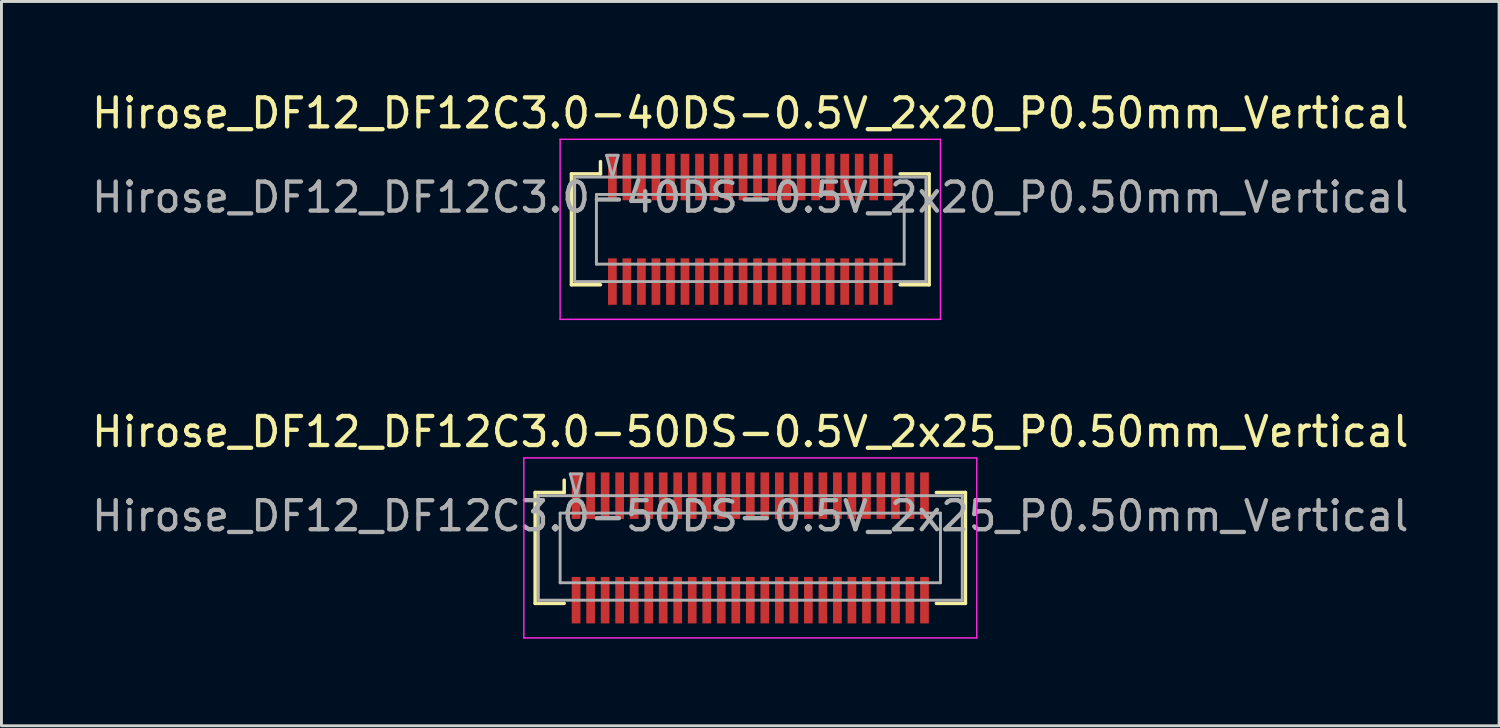
<source format=kicad_pcb>
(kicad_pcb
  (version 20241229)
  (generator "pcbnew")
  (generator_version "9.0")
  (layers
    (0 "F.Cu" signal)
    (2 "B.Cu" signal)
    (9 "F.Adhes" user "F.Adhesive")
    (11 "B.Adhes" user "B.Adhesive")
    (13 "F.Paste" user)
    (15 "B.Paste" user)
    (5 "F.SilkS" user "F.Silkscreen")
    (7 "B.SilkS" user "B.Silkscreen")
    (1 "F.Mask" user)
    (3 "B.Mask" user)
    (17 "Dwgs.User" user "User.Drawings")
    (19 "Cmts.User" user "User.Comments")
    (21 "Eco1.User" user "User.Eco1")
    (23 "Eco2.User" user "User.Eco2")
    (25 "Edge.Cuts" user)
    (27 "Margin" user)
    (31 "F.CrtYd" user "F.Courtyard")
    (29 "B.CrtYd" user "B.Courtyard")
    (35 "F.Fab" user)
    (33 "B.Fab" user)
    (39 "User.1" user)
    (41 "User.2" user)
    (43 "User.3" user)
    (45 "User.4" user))
  (footprint "Hirose_DF12_DF12C3.0-40DS-0.5V_2x20_P0.50mm_Vertical"
    (layer "F.Cu")
    (at 22.792 4.848)
    (property "Reference" "Hirose_DF12_DF12C3.0-40DS-0.5V_2x20_P0.50mm_Vertical" (at 0 -4 0) (layer "F.SilkS") (effects (font (size 1 1) (thickness 0.15))))
    (attr smd)
    (fp_line (start -6.16 -1.91) (end -5.16 -1.91) (stroke (width 0.12) (type solid)) (layer "F.SilkS"))
    (fp_line (start -6.16 1.91) (end -6.16 -1.91) (stroke (width 0.12) (type solid)) (layer "F.SilkS"))
    (fp_line (start -5.16 -1.91) (end -5.16 -2.333) (stroke (width 0.12) (type solid)) (layer "F.SilkS"))
    (fp_line (start -5.16 1.91) (end -6.16 1.91) (stroke (width 0.12) (type solid)) (layer "F.SilkS"))
    (fp_line (start 5.16 1.91) (end 6.16 1.91) (stroke (width 0.12) (type solid)) (layer "F.SilkS"))
    (fp_line (start 6.16 -1.91) (end 5.16 -1.91) (stroke (width 0.12) (type solid)) (layer "F.SilkS"))
    (fp_line (start 6.16 1.91) (end 6.16 -1.91) (stroke (width 0.12) (type solid)) (layer "F.SilkS"))
    (fp_line (start -6.55 -3.1) (end -6.55 3.1) (stroke (width 0.05) (type solid)) (layer "F.CrtYd"))
    (fp_line (start -6.55 3.1) (end 6.55 3.1) (stroke (width 0.05) (type solid)) (layer "F.CrtYd"))
    (fp_line (start 6.55 -3.1) (end -6.55 -3.1) (stroke (width 0.05) (type solid)) (layer "F.CrtYd"))
    (fp_line (start 6.55 3.1) (end 6.55 -3.1) (stroke (width 0.05) (type solid)) (layer "F.CrtYd"))
    (fp_line (start -6.05 -1.8) (end 6.05 -1.8) (stroke (width 0.1) (type solid)) (layer "F.Fab"))
    (fp_line (start -6.05 1.8) (end -6.05 -1.8) (stroke (width 0.1) (type solid)) (layer "F.Fab"))
    (fp_line (start -5.3 -1.2) (end 5.3 -1.2) (stroke (width 0.1) (type solid)) (layer "F.Fab"))
    (fp_line (start -5.3 1.2) (end -5.3 -1.2) (stroke (width 0.1) (type solid)) (layer "F.Fab"))
    (fp_line (start -4.95 -2.55) (end -4.75 -1.8) (stroke (width 0.1) (type solid)) (layer "F.Fab"))
    (fp_line (start -4.75 -1.8) (end -4.55 -2.55) (stroke (width 0.1) (type solid)) (layer "F.Fab"))
    (fp_line (start -4.55 -2.55) (end -4.95 -2.55) (stroke (width 0.1) (type solid)) (layer "F.Fab"))
    (fp_line (start 5.3 -1.2) (end 5.3 1.2) (stroke (width 0.1) (type solid)) (layer "F.Fab"))
    (fp_line (start 5.3 1.2) (end -5.3 1.2) (stroke (width 0.1) (type solid)) (layer "F.Fab"))
    (fp_line (start 6.05 -1.8) (end 6.05 1.8) (stroke (width 0.1) (type solid)) (layer "F.Fab"))
    (fp_line (start 6.05 1.8) (end -6.05 1.8) (stroke (width 0.1) (type solid)) (layer "F.Fab"))
    (fp_text user "${REFERENCE}" (at 0 -1.1 0) (layer "F.Fab") (effects (font (size 1 1) (thickness 0.15))))
    (pad "" smd rect (at -4.75 -2) (size 0.28 1.2) (layers "F.Paste"))
    (pad "" smd rect (at -4.75 2) (size 0.28 1.2) (layers "F.Paste"))
    (pad "" smd rect (at -4.25 -2) (size 0.28 1.2) (layers "F.Paste"))
    (pad "" smd rect (at -4.25 2) (size 0.28 1.2) (layers "F.Paste"))
    (pad "" smd rect (at -3.75 -2) (size 0.28 1.2) (layers "F.Paste"))
    (pad "" smd rect (at -3.75 2) (size 0.28 1.2) (layers "F.Paste"))
    (pad "" smd rect (at -3.25 -2) (size 0.28 1.2) (layers "F.Paste"))
    (pad "" smd rect (at -3.25 2) (size 0.28 1.2) (layers "F.Paste"))
    (pad "" smd rect (at -2.75 -2) (size 0.28 1.2) (layers "F.Paste"))
    (pad "" smd rect (at -2.75 2) (size 0.28 1.2) (layers "F.Paste"))
    (pad "" smd rect (at -2.25 -2) (size 0.28 1.2) (layers "F.Paste"))
    (pad "" smd rect (at -2.25 2) (size 0.28 1.2) (layers "F.Paste"))
    (pad "" smd rect (at -1.75 -2) (size 0.28 1.2) (layers "F.Paste"))
    (pad "" smd rect (at -1.75 2) (size 0.28 1.2) (layers "F.Paste"))
    (pad "" smd rect (at -1.25 -2) (size 0.28 1.2) (layers "F.Paste"))
    (pad "" smd rect (at -1.25 2) (size 0.28 1.2) (layers "F.Paste"))
    (pad "" smd rect (at -0.75 -2) (size 0.28 1.2) (layers "F.Paste"))
    (pad "" smd rect (at -0.75 2) (size 0.28 1.2) (layers "F.Paste"))
    (pad "" smd rect (at -0.25 -2) (size 0.28 1.2) (layers "F.Paste"))
    (pad "" smd rect (at -0.25 2) (size 0.28 1.2) (layers "F.Paste"))
    (pad "" smd rect (at 0.25 -2) (size 0.28 1.2) (layers "F.Paste"))
    (pad "" smd rect (at 0.25 2) (size 0.28 1.2) (layers "F.Paste"))
    (pad "" smd rect (at 0.75 -2) (size 0.28 1.2) (layers "F.Paste"))
    (pad "" smd rect (at 0.75 2) (size 0.28 1.2) (layers "F.Paste"))
    (pad "" smd rect (at 1.25 -2) (size 0.28 1.2) (layers "F.Paste"))
    (pad "" smd rect (at 1.25 2) (size 0.28 1.2) (layers "F.Paste"))
    (pad "" smd rect (at 1.75 -2) (size 0.28 1.2) (layers "F.Paste"))
    (pad "" smd rect (at 1.75 2) (size 0.28 1.2) (layers "F.Paste"))
    (pad "" smd rect (at 2.25 -2) (size 0.28 1.2) (layers "F.Paste"))
    (pad "" smd rect (at 2.25 2) (size 0.28 1.2) (layers "F.Paste"))
    (pad "" smd rect (at 2.75 -2) (size 0.28 1.2) (layers "F.Paste"))
    (pad "" smd rect (at 2.75 2) (size 0.28 1.2) (layers "F.Paste"))
    (pad "" smd rect (at 3.25 -2) (size 0.28 1.2) (layers "F.Paste"))
    (pad "" smd rect (at 3.25 2) (size 0.28 1.2) (layers "F.Paste"))
    (pad "" smd rect (at 3.75 -2) (size 0.28 1.2) (layers "F.Paste"))
    (pad "" smd rect (at 3.75 2) (size 0.28 1.2) (layers "F.Paste"))
    (pad "" smd rect (at 4.25 -2) (size 0.28 1.2) (layers "F.Paste"))
    (pad "" smd rect (at 4.25 2) (size 0.28 1.2) (layers "F.Paste"))
    (pad "" smd rect (at 4.75 -2) (size 0.28 1.2) (layers "F.Paste"))
    (pad "" smd rect (at 4.75 2) (size 0.28 1.2) (layers "F.Paste"))
    (pad "1" smd rect (at -4.75 -1.8) (size 0.3 1.6) (layers "F.Cu" "F.Mask"))
    (pad "2" smd rect (at -4.25 -1.8) (size 0.3 1.6) (layers "F.Cu" "F.Mask"))
    (pad "3" smd rect (at -3.75 -1.8) (size 0.3 1.6) (layers "F.Cu" "F.Mask"))
    (pad "4" smd rect (at -3.25 -1.8) (size 0.3 1.6) (layers "F.Cu" "F.Mask"))
    (pad "5" smd rect (at -2.75 -1.8) (size 0.3 1.6) (layers "F.Cu" "F.Mask"))
    (pad "6" smd rect (at -2.25 -1.8) (size 0.3 1.6) (layers "F.Cu" "F.Mask"))
    (pad "7" smd rect (at -1.75 -1.8) (size 0.3 1.6) (layers "F.Cu" "F.Mask"))
    (pad "8" smd rect (at -1.25 -1.8) (size 0.3 1.6) (layers "F.Cu" "F.Mask"))
    (pad "9" smd rect (at -0.75 -1.8) (size 0.3 1.6) (layers "F.Cu" "F.Mask"))
    (pad "10" smd rect (at -0.25 -1.8) (size 0.3 1.6) (layers "F.Cu" "F.Mask"))
    (pad "11" smd rect (at 0.25 -1.8) (size 0.3 1.6) (layers "F.Cu" "F.Mask"))
    (pad "12" smd rect (at 0.75 -1.8) (size 0.3 1.6) (layers "F.Cu" "F.Mask"))
    (pad "13" smd rect (at 1.25 -1.8) (size 0.3 1.6) (layers "F.Cu" "F.Mask"))
    (pad "14" smd rect (at 1.75 -1.8) (size 0.3 1.6) (layers "F.Cu" "F.Mask"))
    (pad "15" smd rect (at 2.25 -1.8) (size 0.3 1.6) (layers "F.Cu" "F.Mask"))
    (pad "16" smd rect (at 2.75 -1.8) (size 0.3 1.6) (layers "F.Cu" "F.Mask"))
    (pad "17" smd rect (at 3.25 -1.8) (size 0.3 1.6) (layers "F.Cu" "F.Mask"))
    (pad "18" smd rect (at 3.75 -1.8) (size 0.3 1.6) (layers "F.Cu" "F.Mask"))
    (pad "19" smd rect (at 4.25 -1.8) (size 0.3 1.6) (layers "F.Cu" "F.Mask"))
    (pad "20" smd rect (at 4.75 -1.8) (size 0.3 1.6) (layers "F.Cu" "F.Mask"))
    (pad "21" smd rect (at -4.75 1.8) (size 0.3 1.6) (layers "F.Cu" "F.Mask"))
    (pad "22" smd rect (at -4.25 1.8) (size 0.3 1.6) (layers "F.Cu" "F.Mask"))
    (pad "23" smd rect (at -3.75 1.8) (size 0.3 1.6) (layers "F.Cu" "F.Mask"))
    (pad "24" smd rect (at -3.25 1.8) (size 0.3 1.6) (layers "F.Cu" "F.Mask"))
    (pad "25" smd rect (at -2.75 1.8) (size 0.3 1.6) (layers "F.Cu" "F.Mask"))
    (pad "26" smd rect (at -2.25 1.8) (size 0.3 1.6) (layers "F.Cu" "F.Mask"))
    (pad "27" smd rect (at -1.75 1.8) (size 0.3 1.6) (layers "F.Cu" "F.Mask"))
    (pad "28" smd rect (at -1.25 1.8) (size 0.3 1.6) (layers "F.Cu" "F.Mask"))
    (pad "29" smd rect (at -0.75 1.8) (size 0.3 1.6) (layers "F.Cu" "F.Mask"))
    (pad "30" smd rect (at -0.25 1.8) (size 0.3 1.6) (layers "F.Cu" "F.Mask"))
    (pad "31" smd rect (at 0.25 1.8) (size 0.3 1.6) (layers "F.Cu" "F.Mask"))
    (pad "32" smd rect (at 0.75 1.8) (size 0.3 1.6) (layers "F.Cu" "F.Mask"))
    (pad "33" smd rect (at 1.25 1.8) (size 0.3 1.6) (layers "F.Cu" "F.Mask"))
    (pad "34" smd rect (at 1.75 1.8) (size 0.3 1.6) (layers "F.Cu" "F.Mask"))
    (pad "35" smd rect (at 2.25 1.8) (size 0.3 1.6) (layers "F.Cu" "F.Mask"))
    (pad "36" smd rect (at 2.75 1.8) (size 0.3 1.6) (layers "F.Cu" "F.Mask"))
    (pad "37" smd rect (at 3.25 1.8) (size 0.3 1.6) (layers "F.Cu" "F.Mask"))
    (pad "38" smd rect (at 3.75 1.8) (size 0.3 1.6) (layers "F.Cu" "F.Mask"))
    (pad "39" smd rect (at 4.25 1.8) (size 0.3 1.6) (layers "F.Cu" "F.Mask"))
    (pad "40" smd rect (at 4.75 1.8) (size 0.3 1.6) (layers "F.Cu" "F.Mask")))
  (footprint "Hirose_DF12_DF12C3.0-50DS-0.5V_2x25_P0.50mm_Vertical"
    (layer "F.Cu")
    (at 22.792 15.822)
    (property "Reference" "Hirose_DF12_DF12C3.0-50DS-0.5V_2x25_P0.50mm_Vertical" (at 0 -4 0) (layer "F.SilkS") (effects (font (size 1 1) (thickness 0.15))))
    (attr smd)
    (fp_line (start -7.41 -1.91) (end -6.41 -1.91) (stroke (width 0.12) (type solid)) (layer "F.SilkS"))
    (fp_line (start -7.41 1.91) (end -7.41 -1.91) (stroke (width 0.12) (type solid)) (layer "F.SilkS"))
    (fp_line (start -6.41 -1.91) (end -6.41 -2.333) (stroke (width 0.12) (type solid)) (layer "F.SilkS"))
    (fp_line (start -6.41 1.91) (end -7.41 1.91) (stroke (width 0.12) (type solid)) (layer "F.SilkS"))
    (fp_line (start 6.41 1.91) (end 7.41 1.91) (stroke (width 0.12) (type solid)) (layer "F.SilkS"))
    (fp_line (start 7.41 -1.91) (end 6.41 -1.91) (stroke (width 0.12) (type solid)) (layer "F.SilkS"))
    (fp_line (start 7.41 1.91) (end 7.41 -1.91) (stroke (width 0.12) (type solid)) (layer "F.SilkS"))
    (fp_line (start -7.8 -3.1) (end -7.8 3.1) (stroke (width 0.05) (type solid)) (layer "F.CrtYd"))
    (fp_line (start -7.8 3.1) (end 7.8 3.1) (stroke (width 0.05) (type solid)) (layer "F.CrtYd"))
    (fp_line (start 7.8 -3.1) (end -7.8 -3.1) (stroke (width 0.05) (type solid)) (layer "F.CrtYd"))
    (fp_line (start 7.8 3.1) (end 7.8 -3.1) (stroke (width 0.05) (type solid)) (layer "F.CrtYd"))
    (fp_line (start -7.3 -1.8) (end 7.3 -1.8) (stroke (width 0.1) (type solid)) (layer "F.Fab"))
    (fp_line (start -7.3 1.8) (end -7.3 -1.8) (stroke (width 0.1) (type solid)) (layer "F.Fab"))
    (fp_line (start -6.55 -1.2) (end 6.55 -1.2) (stroke (width 0.1) (type solid)) (layer "F.Fab"))
    (fp_line (start -6.55 1.2) (end -6.55 -1.2) (stroke (width 0.1) (type solid)) (layer "F.Fab"))
    (fp_line (start -6.2 -2.55) (end -6 -1.8) (stroke (width 0.1) (type solid)) (layer "F.Fab"))
    (fp_line (start -6 -1.8) (end -5.8 -2.55) (stroke (width 0.1) (type solid)) (layer "F.Fab"))
    (fp_line (start -5.8 -2.55) (end -6.2 -2.55) (stroke (width 0.1) (type solid)) (layer "F.Fab"))
    (fp_line (start 6.55 -1.2) (end 6.55 1.2) (stroke (width 0.1) (type solid)) (layer "F.Fab"))
    (fp_line (start 6.55 1.2) (end -6.55 1.2) (stroke (width 0.1) (type solid)) (layer "F.Fab"))
    (fp_line (start 7.3 -1.8) (end 7.3 1.8) (stroke (width 0.1) (type solid)) (layer "F.Fab"))
    (fp_line (start 7.3 1.8) (end -7.3 1.8) (stroke (width 0.1) (type solid)) (layer "F.Fab"))
    (fp_text user "${REFERENCE}" (at 0 -1.1 0) (layer "F.Fab") (effects (font (size 1 1) (thickness 0.15))))
    (pad "" smd rect (at -6 -2) (size 0.28 1.2) (layers "F.Paste"))
    (pad "" smd rect (at -6 2) (size 0.28 1.2) (layers "F.Paste"))
    (pad "" smd rect (at -5.5 -2) (size 0.28 1.2) (layers "F.Paste"))
    (pad "" smd rect (at -5.5 2) (size 0.28 1.2) (layers "F.Paste"))
    (pad "" smd rect (at -5 -2) (size 0.28 1.2) (layers "F.Paste"))
    (pad "" smd rect (at -5 2) (size 0.28 1.2) (layers "F.Paste"))
    (pad "" smd rect (at -4.5 -2) (size 0.28 1.2) (layers "F.Paste"))
    (pad "" smd rect (at -4.5 2) (size 0.28 1.2) (layers "F.Paste"))
    (pad "" smd rect (at -4 -2) (size 0.28 1.2) (layers "F.Paste"))
    (pad "" smd rect (at -4 2) (size 0.28 1.2) (layers "F.Paste"))
    (pad "" smd rect (at -3.5 -2) (size 0.28 1.2) (layers "F.Paste"))
    (pad "" smd rect (at -3.5 2) (size 0.28 1.2) (layers "F.Paste"))
    (pad "" smd rect (at -3 -2) (size 0.28 1.2) (layers "F.Paste"))
    (pad "" smd rect (at -3 2) (size 0.28 1.2) (layers "F.Paste"))
    (pad "" smd rect (at -2.5 -2) (size 0.28 1.2) (layers "F.Paste"))
    (pad "" smd rect (at -2.5 2) (size 0.28 1.2) (layers "F.Paste"))
    (pad "" smd rect (at -2 -2) (size 0.28 1.2) (layers "F.Paste"))
    (pad "" smd rect (at -2 2) (size 0.28 1.2) (layers "F.Paste"))
    (pad "" smd rect (at -1.5 -2) (size 0.28 1.2) (layers "F.Paste"))
    (pad "" smd rect (at -1.5 2) (size 0.28 1.2) (layers "F.Paste"))
    (pad "" smd rect (at -1 -2) (size 0.28 1.2) (layers "F.Paste"))
    (pad "" smd rect (at -1 2) (size 0.28 1.2) (layers "F.Paste"))
    (pad "" smd rect (at -0.5 -2) (size 0.28 1.2) (layers "F.Paste"))
    (pad "" smd rect (at -0.5 2) (size 0.28 1.2) (layers "F.Paste"))
    (pad "" smd rect (at 0 -2) (size 0.28 1.2) (layers "F.Paste"))
    (pad "" smd rect (at 0 2) (size 0.28 1.2) (layers "F.Paste"))
    (pad "" smd rect (at 0.5 -2) (size 0.28 1.2) (layers "F.Paste"))
    (pad "" smd rect (at 0.5 2) (size 0.28 1.2) (layers "F.Paste"))
    (pad "" smd rect (at 1 -2) (size 0.28 1.2) (layers "F.Paste"))
    (pad "" smd rect (at 1 2) (size 0.28 1.2) (layers "F.Paste"))
    (pad "" smd rect (at 1.5 -2) (size 0.28 1.2) (layers "F.Paste"))
    (pad "" smd rect (at 1.5 2) (size 0.28 1.2) (layers "F.Paste"))
    (pad "" smd rect (at 2 -2) (size 0.28 1.2) (layers "F.Paste"))
    (pad "" smd rect (at 2 2) (size 0.28 1.2) (layers "F.Paste"))
    (pad "" smd rect (at 2.5 -2) (size 0.28 1.2) (layers "F.Paste"))
    (pad "" smd rect (at 2.5 2) (size 0.28 1.2) (layers "F.Paste"))
    (pad "" smd rect (at 3 -2) (size 0.28 1.2) (layers "F.Paste"))
    (pad "" smd rect (at 3 2) (size 0.28 1.2) (layers "F.Paste"))
    (pad "" smd rect (at 3.5 -2) (size 0.28 1.2) (layers "F.Paste"))
    (pad "" smd rect (at 3.5 2) (size 0.28 1.2) (layers "F.Paste"))
    (pad "" smd rect (at 4 -2) (size 0.28 1.2) (layers "F.Paste"))
    (pad "" smd rect (at 4 2) (size 0.28 1.2) (layers "F.Paste"))
    (pad "" smd rect (at 4.5 -2) (size 0.28 1.2) (layers "F.Paste"))
    (pad "" smd rect (at 4.5 2) (size 0.28 1.2) (layers "F.Paste"))
    (pad "" smd rect (at 5 -2) (size 0.28 1.2) (layers "F.Paste"))
    (pad "" smd rect (at 5 2) (size 0.28 1.2) (layers "F.Paste"))
    (pad "" smd rect (at 5.5 -2) (size 0.28 1.2) (layers "F.Paste"))
    (pad "" smd rect (at 5.5 2) (size 0.28 1.2) (layers "F.Paste"))
    (pad "" smd rect (at 6 -2) (size 0.28 1.2) (layers "F.Paste"))
    (pad "" smd rect (at 6 2) (size 0.28 1.2) (layers "F.Paste"))
    (pad "1" smd rect (at -6 -1.8) (size 0.3 1.6) (layers "F.Cu" "F.Mask"))
    (pad "2" smd rect (at -5.5 -1.8) (size 0.3 1.6) (layers "F.Cu" "F.Mask"))
    (pad "3" smd rect (at -5 -1.8) (size 0.3 1.6) (layers "F.Cu" "F.Mask"))
    (pad "4" smd rect (at -4.5 -1.8) (size 0.3 1.6) (layers "F.Cu" "F.Mask"))
    (pad "5" smd rect (at -4 -1.8) (size 0.3 1.6) (layers "F.Cu" "F.Mask"))
    (pad "6" smd rect (at -3.5 -1.8) (size 0.3 1.6) (layers "F.Cu" "F.Mask"))
    (pad "7" smd rect (at -3 -1.8) (size 0.3 1.6) (layers "F.Cu" "F.Mask"))
    (pad "8" smd rect (at -2.5 -1.8) (size 0.3 1.6) (layers "F.Cu" "F.Mask"))
    (pad "9" smd rect (at -2 -1.8) (size 0.3 1.6) (layers "F.Cu" "F.Mask"))
    (pad "10" smd rect (at -1.5 -1.8) (size 0.3 1.6) (layers "F.Cu" "F.Mask"))
    (pad "11" smd rect (at -1 -1.8) (size 0.3 1.6) (layers "F.Cu" "F.Mask"))
    (pad "12" smd rect (at -0.5 -1.8) (size 0.3 1.6) (layers "F.Cu" "F.Mask"))
    (pad "13" smd rect (at 0 -1.8) (size 0.3 1.6) (layers "F.Cu" "F.Mask"))
    (pad "14" smd rect (at 0.5 -1.8) (size 0.3 1.6) (layers "F.Cu" "F.Mask"))
    (pad "15" smd rect (at 1 -1.8) (size 0.3 1.6) (layers "F.Cu" "F.Mask"))
    (pad "16" smd rect (at 1.5 -1.8) (size 0.3 1.6) (layers "F.Cu" "F.Mask"))
    (pad "17" smd rect (at 2 -1.8) (size 0.3 1.6) (layers "F.Cu" "F.Mask"))
    (pad "18" smd rect (at 2.5 -1.8) (size 0.3 1.6) (layers "F.Cu" "F.Mask"))
    (pad "19" smd rect (at 3 -1.8) (size 0.3 1.6) (layers "F.Cu" "F.Mask"))
    (pad "20" smd rect (at 3.5 -1.8) (size 0.3 1.6) (layers "F.Cu" "F.Mask"))
    (pad "21" smd rect (at 4 -1.8) (size 0.3 1.6) (layers "F.Cu" "F.Mask"))
    (pad "22" smd rect (at 4.5 -1.8) (size 0.3 1.6) (layers "F.Cu" "F.Mask"))
    (pad "23" smd rect (at 5 -1.8) (size 0.3 1.6) (layers "F.Cu" "F.Mask"))
    (pad "24" smd rect (at 5.5 -1.8) (size 0.3 1.6) (layers "F.Cu" "F.Mask"))
    (pad "25" smd rect (at 6 -1.8) (size 0.3 1.6) (layers "F.Cu" "F.Mask"))
    (pad "26" smd rect (at -6 1.8) (size 0.3 1.6) (layers "F.Cu" "F.Mask"))
    (pad "27" smd rect (at -5.5 1.8) (size 0.3 1.6) (layers "F.Cu" "F.Mask"))
    (pad "28" smd rect (at -5 1.8) (size 0.3 1.6) (layers "F.Cu" "F.Mask"))
    (pad "29" smd rect (at -4.5 1.8) (size 0.3 1.6) (layers "F.Cu" "F.Mask"))
    (pad "30" smd rect (at -4 1.8) (size 0.3 1.6) (layers "F.Cu" "F.Mask"))
    (pad "31" smd rect (at -3.5 1.8) (size 0.3 1.6) (layers "F.Cu" "F.Mask"))
    (pad "32" smd rect (at -3 1.8) (size 0.3 1.6) (layers "F.Cu" "F.Mask"))
    (pad "33" smd rect (at -2.5 1.8) (size 0.3 1.6) (layers "F.Cu" "F.Mask"))
    (pad "34" smd rect (at -2 1.8) (size 0.3 1.6) (layers "F.Cu" "F.Mask"))
    (pad "35" smd rect (at -1.5 1.8) (size 0.3 1.6) (layers "F.Cu" "F.Mask"))
    (pad "36" smd rect (at -1 1.8) (size 0.3 1.6) (layers "F.Cu" "F.Mask"))
    (pad "37" smd rect (at -0.5 1.8) (size 0.3 1.6) (layers "F.Cu" "F.Mask"))
    (pad "38" smd rect (at 0 1.8) (size 0.3 1.6) (layers "F.Cu" "F.Mask"))
    (pad "39" smd rect (at 0.5 1.8) (size 0.3 1.6) (layers "F.Cu" "F.Mask"))
    (pad "40" smd rect (at 1 1.8) (size 0.3 1.6) (layers "F.Cu" "F.Mask"))
    (pad "41" smd rect (at 1.5 1.8) (size 0.3 1.6) (layers "F.Cu" "F.Mask"))
    (pad "42" smd rect (at 2 1.8) (size 0.3 1.6) (layers "F.Cu" "F.Mask"))
    (pad "43" smd rect (at 2.5 1.8) (size 0.3 1.6) (layers "F.Cu" "F.Mask"))
    (pad "44" smd rect (at 3 1.8) (size 0.3 1.6) (layers "F.Cu" "F.Mask"))
    (pad "45" smd rect (at 3.5 1.8) (size 0.3 1.6) (layers "F.Cu" "F.Mask"))
    (pad "46" smd rect (at 4 1.8) (size 0.3 1.6) (layers "F.Cu" "F.Mask"))
    (pad "47" smd rect (at 4.5 1.8) (size 0.3 1.6) (layers "F.Cu" "F.Mask"))
    (pad "48" smd rect (at 5 1.8) (size 0.3 1.6) (layers "F.Cu" "F.Mask"))
    (pad "49" smd rect (at 5.5 1.8) (size 0.3 1.6) (layers "F.Cu" "F.Mask"))
    (pad "50" smd rect (at 6 1.8) (size 0.3 1.6) (layers "F.Cu" "F.Mask")))
  (gr_rect
    (start -3 -3)
    (end 48.583 21.947)
    (stroke (width 0.1) (type default))
    (fill no)
    (layer "Edge.Cuts")))
</source>
